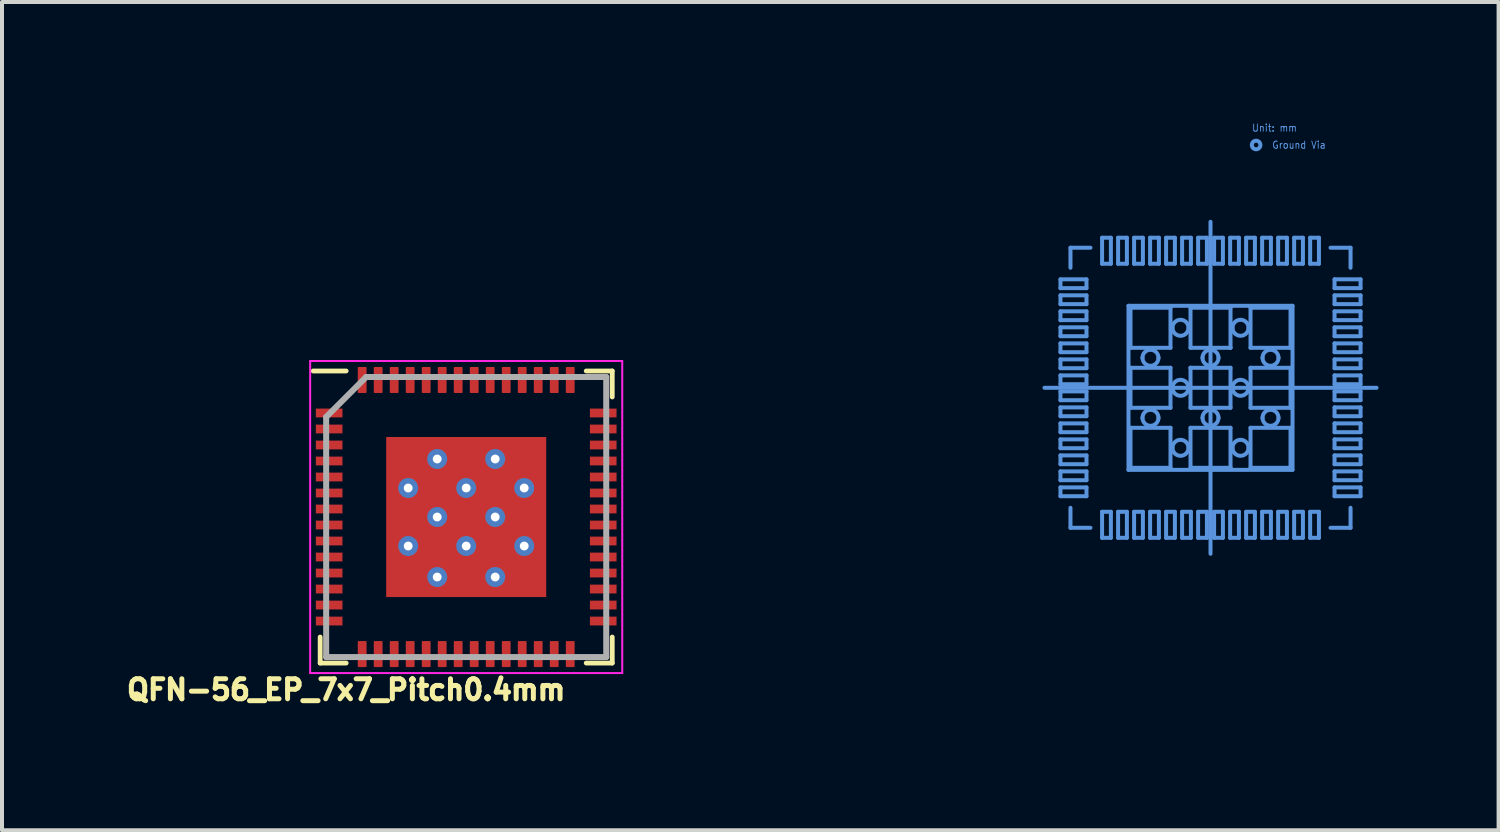
<source format=kicad_pcb>
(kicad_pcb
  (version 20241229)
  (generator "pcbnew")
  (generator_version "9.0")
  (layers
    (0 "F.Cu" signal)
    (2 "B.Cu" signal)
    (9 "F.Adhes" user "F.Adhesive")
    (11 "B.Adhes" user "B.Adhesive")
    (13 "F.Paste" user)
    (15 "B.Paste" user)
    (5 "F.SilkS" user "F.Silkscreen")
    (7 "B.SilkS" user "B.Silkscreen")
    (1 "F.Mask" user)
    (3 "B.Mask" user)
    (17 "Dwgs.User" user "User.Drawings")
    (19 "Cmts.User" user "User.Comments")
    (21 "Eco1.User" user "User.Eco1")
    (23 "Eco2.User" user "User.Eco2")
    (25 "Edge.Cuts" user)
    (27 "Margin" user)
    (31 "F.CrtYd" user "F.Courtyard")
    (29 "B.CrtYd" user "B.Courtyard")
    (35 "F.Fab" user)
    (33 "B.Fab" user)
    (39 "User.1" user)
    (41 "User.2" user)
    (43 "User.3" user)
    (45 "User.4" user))
  (footprint "QFN-56_EP_7x7_Pitch0.4mm"
    (layer "F.Cu")
    (at 8.602 9.872)
    (property "Reference" "QFN-56_EP_7x7_Pitch0.4mm" (at -3 4.318 0) (layer "F.SilkS") (effects (font (size 0.5 0.5) (thickness 0.15))))
    (attr through_hole)
    (fp_line (start -3.65 3.65) (end -3.65 3) (stroke (width 0.12) (type solid)) (layer "F.SilkS"))
    (fp_line (start -3 -3.65) (end -3.825 -3.65) (stroke (width 0.12) (type solid)) (layer "F.SilkS"))
    (fp_line (start -3 3.65) (end -3.65 3.65) (stroke (width 0.12) (type solid)) (layer "F.SilkS"))
    (fp_line (start 3 -3.65) (end 3.65 -3.65) (stroke (width 0.12) (type solid)) (layer "F.SilkS"))
    (fp_line (start 3 3.65) (end 3.65 3.65) (stroke (width 0.12) (type solid)) (layer "F.SilkS"))
    (fp_line (start 3.65 -3.65) (end 3.65 -3) (stroke (width 0.12) (type solid)) (layer "F.SilkS"))
    (fp_line (start 3.65 3.65) (end 3.65 3) (stroke (width 0.12) (type solid)) (layer "F.SilkS"))
    (fp_line (start 14.453 -3.23) (end 22.753 -3.23) (stroke (width 0.1) (type solid)) (layer "Cmts.User"))
    (fp_line (start 14.853 -5.94) (end 14.853 -5.72) (stroke (width 0.1) (type solid)) (layer "Cmts.User"))
    (fp_line (start 14.853 -5.94) (end 15.503 -5.94) (stroke (width 0.1) (type solid)) (layer "Cmts.User"))
    (fp_line (start 14.853 -5.54) (end 14.853 -5.32) (stroke (width 0.1) (type solid)) (layer "Cmts.User"))
    (fp_line (start 14.853 -5.54) (end 15.503 -5.54) (stroke (width 0.1) (type solid)) (layer "Cmts.User"))
    (fp_line (start 14.853 -5.14) (end 14.853 -4.92) (stroke (width 0.1) (type solid)) (layer "Cmts.User"))
    (fp_line (start 14.853 -5.14) (end 15.503 -5.14) (stroke (width 0.1) (type solid)) (layer "Cmts.User"))
    (fp_line (start 14.853 -4.74) (end 14.853 -4.52) (stroke (width 0.1) (type solid)) (layer "Cmts.User"))
    (fp_line (start 14.853 -4.74) (end 15.503 -4.74) (stroke (width 0.1) (type solid)) (layer "Cmts.User"))
    (fp_line (start 14.853 -4.34) (end 14.853 -4.12) (stroke (width 0.1) (type solid)) (layer "Cmts.User"))
    (fp_line (start 14.853 -4.34) (end 15.503 -4.34) (stroke (width 0.1) (type solid)) (layer "Cmts.User"))
    (fp_line (start 14.853 -3.94) (end 14.853 -3.72) (stroke (width 0.1) (type solid)) (layer "Cmts.User"))
    (fp_line (start 14.853 -3.94) (end 15.503 -3.94) (stroke (width 0.1) (type solid)) (layer "Cmts.User"))
    (fp_line (start 14.853 -3.54) (end 14.853 -3.32) (stroke (width 0.1) (type solid)) (layer "Cmts.User"))
    (fp_line (start 14.853 -3.54) (end 15.503 -3.54) (stroke (width 0.1) (type solid)) (layer "Cmts.User"))
    (fp_line (start 14.853 -3.14) (end 14.853 -2.92) (stroke (width 0.1) (type solid)) (layer "Cmts.User"))
    (fp_line (start 14.853 -3.14) (end 15.503 -3.14) (stroke (width 0.1) (type solid)) (layer "Cmts.User"))
    (fp_line (start 14.853 -2.74) (end 14.853 -2.52) (stroke (width 0.1) (type solid)) (layer "Cmts.User"))
    (fp_line (start 14.853 -2.74) (end 15.503 -2.74) (stroke (width 0.1) (type solid)) (layer "Cmts.User"))
    (fp_line (start 14.853 -2.34) (end 14.853 -2.12) (stroke (width 0.1) (type solid)) (layer "Cmts.User"))
    (fp_line (start 14.853 -2.34) (end 15.503 -2.34) (stroke (width 0.1) (type solid)) (layer "Cmts.User"))
    (fp_line (start 14.853 -1.94) (end 14.853 -1.72) (stroke (width 0.1) (type solid)) (layer "Cmts.User"))
    (fp_line (start 14.853 -1.94) (end 15.503 -1.94) (stroke (width 0.1) (type solid)) (layer "Cmts.User"))
    (fp_line (start 14.853 -1.54) (end 14.853 -1.32) (stroke (width 0.1) (type solid)) (layer "Cmts.User"))
    (fp_line (start 14.853 -1.54) (end 15.503 -1.54) (stroke (width 0.1) (type solid)) (layer "Cmts.User"))
    (fp_line (start 14.853 -1.14) (end 14.853 -0.92) (stroke (width 0.1) (type solid)) (layer "Cmts.User"))
    (fp_line (start 14.853 -1.14) (end 15.503 -1.14) (stroke (width 0.1) (type solid)) (layer "Cmts.User"))
    (fp_line (start 14.853 -0.74) (end 14.853 -0.52) (stroke (width 0.1) (type solid)) (layer "Cmts.User"))
    (fp_line (start 14.853 -0.74) (end 15.503 -0.74) (stroke (width 0.1) (type solid)) (layer "Cmts.User"))
    (fp_line (start 15.103 -6.73) (end 15.103 -6.23) (stroke (width 0.1) (type solid)) (layer "Cmts.User"))
    (fp_line (start 15.103 -0.23) (end 15.103 0.27) (stroke (width 0.1) (type solid)) (layer "Cmts.User"))
    (fp_line (start 15.103 0.27) (end 15.603 0.27) (stroke (width 0.1) (type solid)) (layer "Cmts.User"))
    (fp_line (start 15.503 -5.94) (end 15.503 -5.72) (stroke (width 0.1) (type solid)) (layer "Cmts.User"))
    (fp_line (start 15.503 -5.72) (end 14.853 -5.72) (stroke (width 0.1) (type solid)) (layer "Cmts.User"))
    (fp_line (start 15.503 -5.54) (end 15.503 -5.32) (stroke (width 0.1) (type solid)) (layer "Cmts.User"))
    (fp_line (start 15.503 -5.32) (end 14.853 -5.32) (stroke (width 0.1) (type solid)) (layer "Cmts.User"))
    (fp_line (start 15.503 -5.14) (end 15.503 -4.92) (stroke (width 0.1) (type solid)) (layer "Cmts.User"))
    (fp_line (start 15.503 -4.92) (end 14.853 -4.92) (stroke (width 0.1) (type solid)) (layer "Cmts.User"))
    (fp_line (start 15.503 -4.74) (end 15.503 -4.52) (stroke (width 0.1) (type solid)) (layer "Cmts.User"))
    (fp_line (start 15.503 -4.52) (end 14.853 -4.52) (stroke (width 0.1) (type solid)) (layer "Cmts.User"))
    (fp_line (start 15.503 -4.34) (end 15.503 -4.12) (stroke (width 0.1) (type solid)) (layer "Cmts.User"))
    (fp_line (start 15.503 -4.12) (end 14.853 -4.12) (stroke (width 0.1) (type solid)) (layer "Cmts.User"))
    (fp_line (start 15.503 -3.94) (end 15.503 -3.72) (stroke (width 0.1) (type solid)) (layer "Cmts.User"))
    (fp_line (start 15.503 -3.72) (end 14.853 -3.72) (stroke (width 0.1) (type solid)) (layer "Cmts.User"))
    (fp_line (start 15.503 -3.54) (end 15.503 -3.32) (stroke (width 0.1) (type solid)) (layer "Cmts.User"))
    (fp_line (start 15.503 -3.32) (end 14.853 -3.32) (stroke (width 0.1) (type solid)) (layer "Cmts.User"))
    (fp_line (start 15.503 -3.14) (end 15.503 -2.92) (stroke (width 0.1) (type solid)) (layer "Cmts.User"))
    (fp_line (start 15.503 -2.92) (end 14.853 -2.92) (stroke (width 0.1) (type solid)) (layer "Cmts.User"))
    (fp_line (start 15.503 -2.74) (end 15.503 -2.52) (stroke (width 0.1) (type solid)) (layer "Cmts.User"))
    (fp_line (start 15.503 -2.52) (end 14.853 -2.52) (stroke (width 0.1) (type solid)) (layer "Cmts.User"))
    (fp_line (start 15.503 -2.34) (end 15.503 -2.12) (stroke (width 0.1) (type solid)) (layer "Cmts.User"))
    (fp_line (start 15.503 -2.12) (end 14.853 -2.12) (stroke (width 0.1) (type solid)) (layer "Cmts.User"))
    (fp_line (start 15.503 -1.94) (end 15.503 -1.72) (stroke (width 0.1) (type solid)) (layer "Cmts.User"))
    (fp_line (start 15.503 -1.72) (end 14.853 -1.72) (stroke (width 0.1) (type solid)) (layer "Cmts.User"))
    (fp_line (start 15.503 -1.54) (end 15.503 -1.32) (stroke (width 0.1) (type solid)) (layer "Cmts.User"))
    (fp_line (start 15.503 -1.32) (end 14.853 -1.32) (stroke (width 0.1) (type solid)) (layer "Cmts.User"))
    (fp_line (start 15.503 -1.14) (end 15.503 -0.92) (stroke (width 0.1) (type solid)) (layer "Cmts.User"))
    (fp_line (start 15.503 -0.92) (end 14.853 -0.92) (stroke (width 0.1) (type solid)) (layer "Cmts.User"))
    (fp_line (start 15.503 -0.74) (end 15.503 -0.52) (stroke (width 0.1) (type solid)) (layer "Cmts.User"))
    (fp_line (start 15.503 -0.52) (end 14.853 -0.52) (stroke (width 0.1) (type solid)) (layer "Cmts.User"))
    (fp_line (start 15.603 -6.73) (end 15.103 -6.73) (stroke (width 0.1) (type solid)) (layer "Cmts.User"))
    (fp_line (start 15.893 -6.98) (end 15.893 -6.33) (stroke (width 0.1) (type solid)) (layer "Cmts.User"))
    (fp_line (start 15.893 -6.98) (end 16.113 -6.98) (stroke (width 0.1) (type solid)) (layer "Cmts.User"))
    (fp_line (start 15.893 -6.33) (end 16.113 -6.33) (stroke (width 0.1) (type solid)) (layer "Cmts.User"))
    (fp_line (start 15.893 -0.13) (end 16.113 -0.13) (stroke (width 0.1) (type solid)) (layer "Cmts.User"))
    (fp_line (start 15.893 0.52) (end 15.893 -0.13) (stroke (width 0.1) (type solid)) (layer "Cmts.User"))
    (fp_line (start 15.893 0.52) (end 16.113 0.52) (stroke (width 0.1) (type solid)) (layer "Cmts.User"))
    (fp_line (start 16.113 -6.33) (end 16.113 -6.98) (stroke (width 0.1) (type solid)) (layer "Cmts.User"))
    (fp_line (start 16.113 -0.13) (end 16.113 0.52) (stroke (width 0.1) (type solid)) (layer "Cmts.User"))
    (fp_line (start 16.293 -6.98) (end 16.293 -6.33) (stroke (width 0.1) (type solid)) (layer "Cmts.User"))
    (fp_line (start 16.293 -6.98) (end 16.513 -6.98) (stroke (width 0.1) (type solid)) (layer "Cmts.User"))
    (fp_line (start 16.293 -6.33) (end 16.513 -6.33) (stroke (width 0.1) (type solid)) (layer "Cmts.User"))
    (fp_line (start 16.293 -0.13) (end 16.513 -0.13) (stroke (width 0.1) (type solid)) (layer "Cmts.User"))
    (fp_line (start 16.293 0.52) (end 16.293 -0.13) (stroke (width 0.1) (type solid)) (layer "Cmts.User"))
    (fp_line (start 16.293 0.52) (end 16.513 0.52) (stroke (width 0.1) (type solid)) (layer "Cmts.User"))
    (fp_line (start 16.513 -6.33) (end 16.513 -6.98) (stroke (width 0.1) (type solid)) (layer "Cmts.User"))
    (fp_line (start 16.513 -0.13) (end 16.513 0.52) (stroke (width 0.1) (type solid)) (layer "Cmts.User"))
    (fp_line (start 16.553 -5.279) (end 18.603 -5.279) (stroke (width 0.1) (type solid)) (layer "Cmts.User"))
    (fp_line (start 16.553 -1.179) (end 16.553 -5.279) (stroke (width 0.1) (type solid)) (layer "Cmts.User"))
    (fp_line (start 16.603 -5.23) (end 16.603 -5.23) (stroke (width 0.1) (type solid)) (layer "Cmts.User"))
    (fp_line (start 16.603 -5.23) (end 17.603 -5.23) (stroke (width 0.1) (type solid)) (layer "Cmts.User"))
    (fp_line (start 16.603 -4.23) (end 16.603 -5.23) (stroke (width 0.1) (type solid)) (layer "Cmts.User"))
    (fp_line (start 16.603 -3.73) (end 16.603 -3.73) (stroke (width 0.1) (type solid)) (layer "Cmts.User"))
    (fp_line (start 16.603 -3.73) (end 17.603 -3.73) (stroke (width 0.1) (type solid)) (layer "Cmts.User"))
    (fp_line (start 16.603 -2.73) (end 16.603 -3.73) (stroke (width 0.1) (type solid)) (layer "Cmts.User"))
    (fp_line (start 16.603 -2.23) (end 16.603 -2.23) (stroke (width 0.1) (type solid)) (layer "Cmts.User"))
    (fp_line (start 16.603 -2.23) (end 17.603 -2.23) (stroke (width 0.1) (type solid)) (layer "Cmts.User"))
    (fp_line (start 16.603 -1.23) (end 16.603 -2.23) (stroke (width 0.1) (type solid)) (layer "Cmts.User"))
    (fp_line (start 16.693 -6.98) (end 16.693 -6.33) (stroke (width 0.1) (type solid)) (layer "Cmts.User"))
    (fp_line (start 16.693 -6.98) (end 16.913 -6.98) (stroke (width 0.1) (type solid)) (layer "Cmts.User"))
    (fp_line (start 16.693 -6.33) (end 16.913 -6.33) (stroke (width 0.1) (type solid)) (layer "Cmts.User"))
    (fp_line (start 16.693 -0.13) (end 16.913 -0.13) (stroke (width 0.1) (type solid)) (layer "Cmts.User"))
    (fp_line (start 16.693 0.52) (end 16.693 -0.13) (stroke (width 0.1) (type solid)) (layer "Cmts.User"))
    (fp_line (start 16.693 0.52) (end 16.913 0.52) (stroke (width 0.1) (type solid)) (layer "Cmts.User"))
    (fp_line (start 16.913 -6.33) (end 16.913 -6.98) (stroke (width 0.1) (type solid)) (layer "Cmts.User"))
    (fp_line (start 16.913 -0.13) (end 16.913 0.52) (stroke (width 0.1) (type solid)) (layer "Cmts.User"))
    (fp_line (start 17.093 -6.98) (end 17.093 -6.33) (stroke (width 0.1) (type solid)) (layer "Cmts.User"))
    (fp_line (start 17.093 -6.98) (end 17.313 -6.98) (stroke (width 0.1) (type solid)) (layer "Cmts.User"))
    (fp_line (start 17.093 -6.33) (end 17.313 -6.33) (stroke (width 0.1) (type solid)) (layer "Cmts.User"))
    (fp_line (start 17.093 -0.13) (end 17.313 -0.13) (stroke (width 0.1) (type solid)) (layer "Cmts.User"))
    (fp_line (start 17.093 0.52) (end 17.093 -0.13) (stroke (width 0.1) (type solid)) (layer "Cmts.User"))
    (fp_line (start 17.093 0.52) (end 17.313 0.52) (stroke (width 0.1) (type solid)) (layer "Cmts.User"))
    (fp_line (start 17.313 -6.33) (end 17.313 -6.98) (stroke (width 0.1) (type solid)) (layer "Cmts.User"))
    (fp_line (start 17.313 -0.13) (end 17.313 0.52) (stroke (width 0.1) (type solid)) (layer "Cmts.User"))
    (fp_line (start 17.493 -6.98) (end 17.493 -6.33) (stroke (width 0.1) (type solid)) (layer "Cmts.User"))
    (fp_line (start 17.493 -6.98) (end 17.713 -6.98) (stroke (width 0.1) (type solid)) (layer "Cmts.User"))
    (fp_line (start 17.493 -6.33) (end 17.713 -6.33) (stroke (width 0.1) (type solid)) (layer "Cmts.User"))
    (fp_line (start 17.493 -0.13) (end 17.713 -0.13) (stroke (width 0.1) (type solid)) (layer "Cmts.User"))
    (fp_line (start 17.493 0.52) (end 17.493 -0.13) (stroke (width 0.1) (type solid)) (layer "Cmts.User"))
    (fp_line (start 17.493 0.52) (end 17.713 0.52) (stroke (width 0.1) (type solid)) (layer "Cmts.User"))
    (fp_line (start 17.603 -5.23) (end 17.603 -4.23) (stroke (width 0.1) (type solid)) (layer "Cmts.User"))
    (fp_line (start 17.603 -4.23) (end 16.603 -4.23) (stroke (width 0.1) (type solid)) (layer "Cmts.User"))
    (fp_line (start 17.603 -3.73) (end 17.603 -2.73) (stroke (width 0.1) (type solid)) (layer "Cmts.User"))
    (fp_line (start 17.603 -2.73) (end 16.603 -2.73) (stroke (width 0.1) (type solid)) (layer "Cmts.User"))
    (fp_line (start 17.603 -2.23) (end 17.603 -1.23) (stroke (width 0.1) (type solid)) (layer "Cmts.User"))
    (fp_line (start 17.603 -1.23) (end 16.603 -1.23) (stroke (width 0.1) (type solid)) (layer "Cmts.User"))
    (fp_line (start 17.713 -6.33) (end 17.713 -6.98) (stroke (width 0.1) (type solid)) (layer "Cmts.User"))
    (fp_line (start 17.713 -0.13) (end 17.713 0.52) (stroke (width 0.1) (type solid)) (layer "Cmts.User"))
    (fp_line (start 17.893 -6.98) (end 17.893 -6.33) (stroke (width 0.1) (type solid)) (layer "Cmts.User"))
    (fp_line (start 17.893 -6.98) (end 18.113 -6.98) (stroke (width 0.1) (type solid)) (layer "Cmts.User"))
    (fp_line (start 17.893 -6.33) (end 18.113 -6.33) (stroke (width 0.1) (type solid)) (layer "Cmts.User"))
    (fp_line (start 17.893 -0.13) (end 18.113 -0.13) (stroke (width 0.1) (type solid)) (layer "Cmts.User"))
    (fp_line (start 17.893 0.52) (end 17.893 -0.13) (stroke (width 0.1) (type solid)) (layer "Cmts.User"))
    (fp_line (start 17.893 0.52) (end 18.113 0.52) (stroke (width 0.1) (type solid)) (layer "Cmts.User"))
    (fp_line (start 18.103 -5.23) (end 19.103 -5.23) (stroke (width 0.1) (type solid)) (layer "Cmts.User"))
    (fp_line (start 18.103 -4.23) (end 18.103 -5.23) (stroke (width 0.1) (type solid)) (layer "Cmts.User"))
    (fp_line (start 18.103 -3.73) (end 18.103 -3.73) (stroke (width 0.1) (type solid)) (layer "Cmts.User"))
    (fp_line (start 18.103 -3.73) (end 19.103 -3.73) (stroke (width 0.1) (type solid)) (layer "Cmts.User"))
    (fp_line (start 18.103 -2.73) (end 18.103 -3.73) (stroke (width 0.1) (type solid)) (layer "Cmts.User"))
    (fp_line (start 18.103 -2.23) (end 19.103 -2.23) (stroke (width 0.1) (type solid)) (layer "Cmts.User"))
    (fp_line (start 18.103 -1.23) (end 18.103 -2.23) (stroke (width 0.1) (type solid)) (layer "Cmts.User"))
    (fp_line (start 18.113 -6.33) (end 18.113 -6.98) (stroke (width 0.1) (type solid)) (layer "Cmts.User"))
    (fp_line (start 18.113 -0.13) (end 18.113 0.52) (stroke (width 0.1) (type solid)) (layer "Cmts.User"))
    (fp_line (start 18.293 -6.98) (end 18.293 -6.33) (stroke (width 0.1) (type solid)) (layer "Cmts.User"))
    (fp_line (start 18.293 -6.98) (end 18.513 -6.98) (stroke (width 0.1) (type solid)) (layer "Cmts.User"))
    (fp_line (start 18.293 -6.33) (end 18.513 -6.33) (stroke (width 0.1) (type solid)) (layer "Cmts.User"))
    (fp_line (start 18.293 -0.13) (end 18.513 -0.13) (stroke (width 0.1) (type solid)) (layer "Cmts.User"))
    (fp_line (start 18.293 0.52) (end 18.293 -0.13) (stroke (width 0.1) (type solid)) (layer "Cmts.User"))
    (fp_line (start 18.293 0.52) (end 18.513 0.52) (stroke (width 0.1) (type solid)) (layer "Cmts.User"))
    (fp_line (start 18.513 -6.33) (end 18.513 -6.98) (stroke (width 0.1) (type solid)) (layer "Cmts.User"))
    (fp_line (start 18.513 -0.13) (end 18.513 0.52) (stroke (width 0.1) (type solid)) (layer "Cmts.User"))
    (fp_line (start 18.603 -7.378) (end 18.603 0.919) (stroke (width 0.1) (type solid)) (layer "Cmts.User"))
    (fp_line (start 18.603 -5.279) (end 20.653 -5.279) (stroke (width 0.1) (type solid)) (layer "Cmts.User"))
    (fp_line (start 18.693 -6.98) (end 18.693 -6.33) (stroke (width 0.1) (type solid)) (layer "Cmts.User"))
    (fp_line (start 18.693 -6.98) (end 18.913 -6.98) (stroke (width 0.1) (type solid)) (layer "Cmts.User"))
    (fp_line (start 18.693 -6.33) (end 18.913 -6.33) (stroke (width 0.1) (type solid)) (layer "Cmts.User"))
    (fp_line (start 18.693 -0.13) (end 18.913 -0.13) (stroke (width 0.1) (type solid)) (layer "Cmts.User"))
    (fp_line (start 18.693 0.52) (end 18.693 -0.13) (stroke (width 0.1) (type solid)) (layer "Cmts.User"))
    (fp_line (start 18.693 0.52) (end 18.913 0.52) (stroke (width 0.1) (type solid)) (layer "Cmts.User"))
    (fp_line (start 18.913 -6.33) (end 18.913 -6.98) (stroke (width 0.1) (type solid)) (layer "Cmts.User"))
    (fp_line (start 18.913 -0.13) (end 18.913 0.52) (stroke (width 0.1) (type solid)) (layer "Cmts.User"))
    (fp_line (start 19.093 -6.98) (end 19.093 -6.33) (stroke (width 0.1) (type solid)) (layer "Cmts.User"))
    (fp_line (start 19.093 -6.98) (end 19.313 -6.98) (stroke (width 0.1) (type solid)) (layer "Cmts.User"))
    (fp_line (start 19.093 -6.33) (end 19.313 -6.33) (stroke (width 0.1) (type solid)) (layer "Cmts.User"))
    (fp_line (start 19.093 -0.13) (end 19.313 -0.13) (stroke (width 0.1) (type solid)) (layer "Cmts.User"))
    (fp_line (start 19.093 0.52) (end 19.093 -0.13) (stroke (width 0.1) (type solid)) (layer "Cmts.User"))
    (fp_line (start 19.093 0.52) (end 19.313 0.52) (stroke (width 0.1) (type solid)) (layer "Cmts.User"))
    (fp_line (start 19.103 -5.23) (end 19.103 -4.23) (stroke (width 0.1) (type solid)) (layer "Cmts.User"))
    (fp_line (start 19.103 -4.23) (end 18.103 -4.23) (stroke (width 0.1) (type solid)) (layer "Cmts.User"))
    (fp_line (start 19.103 -4.23) (end 19.103 -4.23) (stroke (width 0.1) (type solid)) (layer "Cmts.User"))
    (fp_line (start 19.103 -3.73) (end 19.103 -2.73) (stroke (width 0.1) (type solid)) (layer "Cmts.User"))
    (fp_line (start 19.103 -2.73) (end 18.103 -2.73) (stroke (width 0.1) (type solid)) (layer "Cmts.User"))
    (fp_line (start 19.103 -2.23) (end 19.103 -1.23) (stroke (width 0.1) (type solid)) (layer "Cmts.User"))
    (fp_line (start 19.103 -1.23) (end 18.103 -1.23) (stroke (width 0.1) (type solid)) (layer "Cmts.User"))
    (fp_line (start 19.103 -1.23) (end 19.103 -1.23) (stroke (width 0.1) (type solid)) (layer "Cmts.User"))
    (fp_line (start 19.313 -6.33) (end 19.313 -6.98) (stroke (width 0.1) (type solid)) (layer "Cmts.User"))
    (fp_line (start 19.313 -0.13) (end 19.313 0.52) (stroke (width 0.1) (type solid)) (layer "Cmts.User"))
    (fp_line (start 19.493 -6.98) (end 19.493 -6.33) (stroke (width 0.1) (type solid)) (layer "Cmts.User"))
    (fp_line (start 19.493 -6.98) (end 19.713 -6.98) (stroke (width 0.1) (type solid)) (layer "Cmts.User"))
    (fp_line (start 19.493 -6.33) (end 19.713 -6.33) (stroke (width 0.1) (type solid)) (layer "Cmts.User"))
    (fp_line (start 19.493 -0.13) (end 19.713 -0.13) (stroke (width 0.1) (type solid)) (layer "Cmts.User"))
    (fp_line (start 19.493 0.52) (end 19.493 -0.13) (stroke (width 0.1) (type solid)) (layer "Cmts.User"))
    (fp_line (start 19.493 0.52) (end 19.713 0.52) (stroke (width 0.1) (type solid)) (layer "Cmts.User"))
    (fp_line (start 19.603 -5.23) (end 20.603 -5.23) (stroke (width 0.1) (type solid)) (layer "Cmts.User"))
    (fp_line (start 19.603 -4.23) (end 19.603 -5.23) (stroke (width 0.1) (type solid)) (layer "Cmts.User"))
    (fp_line (start 19.603 -3.73) (end 20.603 -3.73) (stroke (width 0.1) (type solid)) (layer "Cmts.User"))
    (fp_line (start 19.603 -2.73) (end 19.603 -3.73) (stroke (width 0.1) (type solid)) (layer "Cmts.User"))
    (fp_line (start 19.603 -2.23) (end 20.603 -2.23) (stroke (width 0.1) (type solid)) (layer "Cmts.User"))
    (fp_line (start 19.603 -1.23) (end 19.603 -2.23) (stroke (width 0.1) (type solid)) (layer "Cmts.User"))
    (fp_line (start 19.713 -6.33) (end 19.713 -6.98) (stroke (width 0.1) (type solid)) (layer "Cmts.User"))
    (fp_line (start 19.713 -0.13) (end 19.713 0.52) (stroke (width 0.1) (type solid)) (layer "Cmts.User"))
    (fp_line (start 19.893 -6.98) (end 19.893 -6.33) (stroke (width 0.1) (type solid)) (layer "Cmts.User"))
    (fp_line (start 19.893 -6.98) (end 20.113 -6.98) (stroke (width 0.1) (type solid)) (layer "Cmts.User"))
    (fp_line (start 19.893 -6.33) (end 20.113 -6.33) (stroke (width 0.1) (type solid)) (layer "Cmts.User"))
    (fp_line (start 19.893 -0.13) (end 20.113 -0.13) (stroke (width 0.1) (type solid)) (layer "Cmts.User"))
    (fp_line (start 19.893 0.52) (end 19.893 -0.13) (stroke (width 0.1) (type solid)) (layer "Cmts.User"))
    (fp_line (start 19.893 0.52) (end 20.113 0.52) (stroke (width 0.1) (type solid)) (layer "Cmts.User"))
    (fp_line (start 20.113 -6.33) (end 20.113 -6.98) (stroke (width 0.1) (type solid)) (layer "Cmts.User"))
    (fp_line (start 20.113 -0.13) (end 20.113 0.52) (stroke (width 0.1) (type solid)) (layer "Cmts.User"))
    (fp_line (start 20.293 -6.98) (end 20.293 -6.33) (stroke (width 0.1) (type solid)) (layer "Cmts.User"))
    (fp_line (start 20.293 -6.98) (end 20.513 -6.98) (stroke (width 0.1) (type solid)) (layer "Cmts.User"))
    (fp_line (start 20.293 -6.33) (end 20.513 -6.33) (stroke (width 0.1) (type solid)) (layer "Cmts.User"))
    (fp_line (start 20.293 -0.13) (end 20.513 -0.13) (stroke (width 0.1) (type solid)) (layer "Cmts.User"))
    (fp_line (start 20.293 0.52) (end 20.293 -0.13) (stroke (width 0.1) (type solid)) (layer "Cmts.User"))
    (fp_line (start 20.293 0.52) (end 20.513 0.52) (stroke (width 0.1) (type solid)) (layer "Cmts.User"))
    (fp_line (start 20.513 -6.33) (end 20.513 -6.98) (stroke (width 0.1) (type solid)) (layer "Cmts.User"))
    (fp_line (start 20.513 -0.13) (end 20.513 0.52) (stroke (width 0.1) (type solid)) (layer "Cmts.User"))
    (fp_line (start 20.603 -5.23) (end 20.603 -4.23) (stroke (width 0.1) (type solid)) (layer "Cmts.User"))
    (fp_line (start 20.603 -4.23) (end 19.603 -4.23) (stroke (width 0.1) (type solid)) (layer "Cmts.User"))
    (fp_line (start 20.603 -4.23) (end 20.603 -4.23) (stroke (width 0.1) (type solid)) (layer "Cmts.User"))
    (fp_line (start 20.603 -3.73) (end 20.603 -2.73) (stroke (width 0.1) (type solid)) (layer "Cmts.User"))
    (fp_line (start 20.603 -2.73) (end 19.603 -2.73) (stroke (width 0.1) (type solid)) (layer "Cmts.User"))
    (fp_line (start 20.603 -2.73) (end 20.603 -2.73) (stroke (width 0.1) (type solid)) (layer "Cmts.User"))
    (fp_line (start 20.603 -2.23) (end 20.603 -1.23) (stroke (width 0.1) (type solid)) (layer "Cmts.User"))
    (fp_line (start 20.603 -1.23) (end 19.603 -1.23) (stroke (width 0.1) (type solid)) (layer "Cmts.User"))
    (fp_line (start 20.603 -1.23) (end 20.603 -1.23) (stroke (width 0.1) (type solid)) (layer "Cmts.User"))
    (fp_line (start 20.653 -5.279) (end 20.653 -1.179) (stroke (width 0.1) (type solid)) (layer "Cmts.User"))
    (fp_line (start 20.653 -1.179) (end 16.553 -1.179) (stroke (width 0.1) (type solid)) (layer "Cmts.User"))
    (fp_line (start 20.693 -6.98) (end 20.693 -6.33) (stroke (width 0.1) (type solid)) (layer "Cmts.User"))
    (fp_line (start 20.693 -6.98) (end 20.913 -6.98) (stroke (width 0.1) (type solid)) (layer "Cmts.User"))
    (fp_line (start 20.693 -6.33) (end 20.913 -6.33) (stroke (width 0.1) (type solid)) (layer "Cmts.User"))
    (fp_line (start 20.693 -0.13) (end 20.913 -0.13) (stroke (width 0.1) (type solid)) (layer "Cmts.User"))
    (fp_line (start 20.693 0.52) (end 20.693 -0.13) (stroke (width 0.1) (type solid)) (layer "Cmts.User"))
    (fp_line (start 20.693 0.52) (end 20.913 0.52) (stroke (width 0.1) (type solid)) (layer "Cmts.User"))
    (fp_line (start 20.913 -6.33) (end 20.913 -6.98) (stroke (width 0.1) (type solid)) (layer "Cmts.User"))
    (fp_line (start 20.913 -0.13) (end 20.913 0.52) (stroke (width 0.1) (type solid)) (layer "Cmts.User"))
    (fp_line (start 21.093 -6.98) (end 21.093 -6.33) (stroke (width 0.1) (type solid)) (layer "Cmts.User"))
    (fp_line (start 21.093 -6.98) (end 21.313 -6.98) (stroke (width 0.1) (type solid)) (layer "Cmts.User"))
    (fp_line (start 21.093 -6.33) (end 21.313 -6.33) (stroke (width 0.1) (type solid)) (layer "Cmts.User"))
    (fp_line (start 21.093 -0.13) (end 21.313 -0.13) (stroke (width 0.1) (type solid)) (layer "Cmts.User"))
    (fp_line (start 21.093 0.52) (end 21.093 -0.13) (stroke (width 0.1) (type solid)) (layer "Cmts.User"))
    (fp_line (start 21.093 0.52) (end 21.313 0.52) (stroke (width 0.1) (type solid)) (layer "Cmts.User"))
    (fp_line (start 21.313 -6.33) (end 21.313 -6.98) (stroke (width 0.1) (type solid)) (layer "Cmts.User"))
    (fp_line (start 21.313 -0.13) (end 21.313 0.52) (stroke (width 0.1) (type solid)) (layer "Cmts.User"))
    (fp_line (start 21.603 -6.73) (end 22.103 -6.73) (stroke (width 0.1) (type solid)) (layer "Cmts.User"))
    (fp_line (start 21.703 -5.94) (end 21.703 -5.72) (stroke (width 0.1) (type solid)) (layer "Cmts.User"))
    (fp_line (start 21.703 -5.72) (end 22.353 -5.72) (stroke (width 0.1) (type solid)) (layer "Cmts.User"))
    (fp_line (start 21.703 -5.54) (end 21.703 -5.32) (stroke (width 0.1) (type solid)) (layer "Cmts.User"))
    (fp_line (start 21.703 -5.32) (end 22.353 -5.32) (stroke (width 0.1) (type solid)) (layer "Cmts.User"))
    (fp_line (start 21.703 -5.14) (end 21.703 -4.92) (stroke (width 0.1) (type solid)) (layer "Cmts.User"))
    (fp_line (start 21.703 -4.92) (end 22.353 -4.92) (stroke (width 0.1) (type solid)) (layer "Cmts.User"))
    (fp_line (start 21.703 -4.74) (end 21.703 -4.52) (stroke (width 0.1) (type solid)) (layer "Cmts.User"))
    (fp_line (start 21.703 -4.52) (end 22.353 -4.52) (stroke (width 0.1) (type solid)) (layer "Cmts.User"))
    (fp_line (start 21.703 -4.34) (end 21.703 -4.12) (stroke (width 0.1) (type solid)) (layer "Cmts.User"))
    (fp_line (start 21.703 -4.12) (end 22.353 -4.12) (stroke (width 0.1) (type solid)) (layer "Cmts.User"))
    (fp_line (start 21.703 -3.94) (end 21.703 -3.72) (stroke (width 0.1) (type solid)) (layer "Cmts.User"))
    (fp_line (start 21.703 -3.72) (end 22.353 -3.72) (stroke (width 0.1) (type solid)) (layer "Cmts.User"))
    (fp_line (start 21.703 -3.54) (end 21.703 -3.32) (stroke (width 0.1) (type solid)) (layer "Cmts.User"))
    (fp_line (start 21.703 -3.32) (end 22.353 -3.32) (stroke (width 0.1) (type solid)) (layer "Cmts.User"))
    (fp_line (start 21.703 -3.14) (end 21.703 -2.92) (stroke (width 0.1) (type solid)) (layer "Cmts.User"))
    (fp_line (start 21.703 -2.92) (end 22.353 -2.92) (stroke (width 0.1) (type solid)) (layer "Cmts.User"))
    (fp_line (start 21.703 -2.74) (end 21.703 -2.52) (stroke (width 0.1) (type solid)) (layer "Cmts.User"))
    (fp_line (start 21.703 -2.52) (end 22.353 -2.52) (stroke (width 0.1) (type solid)) (layer "Cmts.User"))
    (fp_line (start 21.703 -2.34) (end 21.703 -2.12) (stroke (width 0.1) (type solid)) (layer "Cmts.User"))
    (fp_line (start 21.703 -2.12) (end 22.353 -2.12) (stroke (width 0.1) (type solid)) (layer "Cmts.User"))
    (fp_line (start 21.703 -1.94) (end 21.703 -1.72) (stroke (width 0.1) (type solid)) (layer "Cmts.User"))
    (fp_line (start 21.703 -1.72) (end 22.353 -1.72) (stroke (width 0.1) (type solid)) (layer "Cmts.User"))
    (fp_line (start 21.703 -1.54) (end 21.703 -1.32) (stroke (width 0.1) (type solid)) (layer "Cmts.User"))
    (fp_line (start 21.703 -1.32) (end 22.353 -1.32) (stroke (width 0.1) (type solid)) (layer "Cmts.User"))
    (fp_line (start 21.703 -1.14) (end 21.703 -0.92) (stroke (width 0.1) (type solid)) (layer "Cmts.User"))
    (fp_line (start 21.703 -0.92) (end 22.353 -0.92) (stroke (width 0.1) (type solid)) (layer "Cmts.User"))
    (fp_line (start 21.703 -0.74) (end 21.703 -0.52) (stroke (width 0.1) (type solid)) (layer "Cmts.User"))
    (fp_line (start 21.703 -0.52) (end 22.353 -0.52) (stroke (width 0.1) (type solid)) (layer "Cmts.User"))
    (fp_line (start 22.103 -6.73) (end 22.103 -6.23) (stroke (width 0.1) (type solid)) (layer "Cmts.User"))
    (fp_line (start 22.103 -0.23) (end 22.103 0.27) (stroke (width 0.1) (type solid)) (layer "Cmts.User"))
    (fp_line (start 22.103 0.27) (end 21.603 0.27) (stroke (width 0.1) (type solid)) (layer "Cmts.User"))
    (fp_line (start 22.353 -5.94) (end 21.703 -5.94) (stroke (width 0.1) (type solid)) (layer "Cmts.User"))
    (fp_line (start 22.353 -5.94) (end 22.353 -5.72) (stroke (width 0.1) (type solid)) (layer "Cmts.User"))
    (fp_line (start 22.353 -5.54) (end 21.703 -5.54) (stroke (width 0.1) (type solid)) (layer "Cmts.User"))
    (fp_line (start 22.353 -5.54) (end 22.353 -5.32) (stroke (width 0.1) (type solid)) (layer "Cmts.User"))
    (fp_line (start 22.353 -5.14) (end 21.703 -5.14) (stroke (width 0.1) (type solid)) (layer "Cmts.User"))
    (fp_line (start 22.353 -5.14) (end 22.353 -4.92) (stroke (width 0.1) (type solid)) (layer "Cmts.User"))
    (fp_line (start 22.353 -4.74) (end 21.703 -4.74) (stroke (width 0.1) (type solid)) (layer "Cmts.User"))
    (fp_line (start 22.353 -4.74) (end 22.353 -4.52) (stroke (width 0.1) (type solid)) (layer "Cmts.User"))
    (fp_line (start 22.353 -4.34) (end 21.703 -4.34) (stroke (width 0.1) (type solid)) (layer "Cmts.User"))
    (fp_line (start 22.353 -4.34) (end 22.353 -4.12) (stroke (width 0.1) (type solid)) (layer "Cmts.User"))
    (fp_line (start 22.353 -3.94) (end 21.703 -3.94) (stroke (width 0.1) (type solid)) (layer "Cmts.User"))
    (fp_line (start 22.353 -3.94) (end 22.353 -3.72) (stroke (width 0.1) (type solid)) (layer "Cmts.User"))
    (fp_line (start 22.353 -3.54) (end 21.703 -3.54) (stroke (width 0.1) (type solid)) (layer "Cmts.User"))
    (fp_line (start 22.353 -3.54) (end 22.353 -3.32) (stroke (width 0.1) (type solid)) (layer "Cmts.User"))
    (fp_line (start 22.353 -3.14) (end 21.703 -3.14) (stroke (width 0.1) (type solid)) (layer "Cmts.User"))
    (fp_line (start 22.353 -3.14) (end 22.353 -2.92) (stroke (width 0.1) (type solid)) (layer "Cmts.User"))
    (fp_line (start 22.353 -2.74) (end 21.703 -2.74) (stroke (width 0.1) (type solid)) (layer "Cmts.User"))
    (fp_line (start 22.353 -2.74) (end 22.353 -2.52) (stroke (width 0.1) (type solid)) (layer "Cmts.User"))
    (fp_line (start 22.353 -2.34) (end 21.703 -2.34) (stroke (width 0.1) (type solid)) (layer "Cmts.User"))
    (fp_line (start 22.353 -2.34) (end 22.353 -2.12) (stroke (width 0.1) (type solid)) (layer "Cmts.User"))
    (fp_line (start 22.353 -1.94) (end 21.703 -1.94) (stroke (width 0.1) (type solid)) (layer "Cmts.User"))
    (fp_line (start 22.353 -1.94) (end 22.353 -1.72) (stroke (width 0.1) (type solid)) (layer "Cmts.User"))
    (fp_line (start 22.353 -1.54) (end 21.703 -1.54) (stroke (width 0.1) (type solid)) (layer "Cmts.User"))
    (fp_line (start 22.353 -1.54) (end 22.353 -1.32) (stroke (width 0.1) (type solid)) (layer "Cmts.User"))
    (fp_line (start 22.353 -1.14) (end 21.703 -1.14) (stroke (width 0.1) (type solid)) (layer "Cmts.User"))
    (fp_line (start 22.353 -1.14) (end 22.353 -0.92) (stroke (width 0.1) (type solid)) (layer "Cmts.User"))
    (fp_line (start 22.353 -0.74) (end 21.703 -0.74) (stroke (width 0.1) (type solid)) (layer "Cmts.User"))
    (fp_line (start 22.353 -0.74) (end 22.353 -0.52) (stroke (width 0.1) (type solid)) (layer "Cmts.User"))
    (fp_arc (start 16.902784 -3.979596) (mid 17.102784 -4.179596) (end 17.302784 -3.979596) (stroke (width 0.1) (type solid)) (layer "Cmts.User"))
    (fp_arc (start 16.902784 -2.479596) (mid 17.102784 -2.679596) (end 17.302784 -2.479596) (stroke (width 0.1) (type solid)) (layer "Cmts.User"))
    (fp_arc (start 17.302784 -3.979596) (mid 17.102784 -3.779596) (end 16.902784 -3.979596) (stroke (width 0.1) (type solid)) (layer "Cmts.User"))
    (fp_arc (start 17.302784 -2.479596) (mid 17.102784 -2.279596) (end 16.902784 -2.479596) (stroke (width 0.1) (type solid)) (layer "Cmts.User"))
    (fp_arc (start 17.652784 -4.729596) (mid 17.852784 -4.929596) (end 18.052784 -4.729596) (stroke (width 0.1) (type solid)) (layer "Cmts.User"))
    (fp_arc (start 17.652784 -3.229596) (mid 17.852784 -3.429596) (end 18.052784 -3.229596) (stroke (width 0.1) (type solid)) (layer "Cmts.User"))
    (fp_arc (start 17.652784 -1.729596) (mid 17.852784 -1.929596) (end 18.052784 -1.729596) (stroke (width 0.1) (type solid)) (layer "Cmts.User"))
    (fp_arc (start 18.052784 -4.729596) (mid 17.852784 -4.529596) (end 17.652784 -4.729596) (stroke (width 0.1) (type solid)) (layer "Cmts.User"))
    (fp_arc (start 18.052784 -3.229596) (mid 17.852784 -3.029596) (end 17.652784 -3.229596) (stroke (width 0.1) (type solid)) (layer "Cmts.User"))
    (fp_arc (start 18.052784 -1.729596) (mid 17.852784 -1.529596) (end 17.652784 -1.729596) (stroke (width 0.1) (type solid)) (layer "Cmts.User"))
    (fp_arc (start 18.402784 -3.979596) (mid 18.602784 -4.179596) (end 18.802784 -3.979596) (stroke (width 0.1) (type solid)) (layer "Cmts.User"))
    (fp_arc (start 18.402784 -2.479596) (mid 18.602784 -2.679596) (end 18.802784 -2.479596) (stroke (width 0.1) (type solid)) (layer "Cmts.User"))
    (fp_arc (start 18.802784 -3.979596) (mid 18.602784 -3.779596) (end 18.402784 -3.979596) (stroke (width 0.1) (type solid)) (layer "Cmts.User"))
    (fp_arc (start 18.802784 -2.479596) (mid 18.602784 -2.279596) (end 18.402784 -2.479596) (stroke (width 0.1) (type solid)) (layer "Cmts.User"))
    (fp_arc (start 19.152784 -4.729596) (mid 19.352784 -4.929596) (end 19.552784 -4.729596) (stroke (width 0.1) (type solid)) (layer "Cmts.User"))
    (fp_arc (start 19.152784 -3.229596) (mid 19.352784 -3.429596) (end 19.552784 -3.229596) (stroke (width 0.1) (type solid)) (layer "Cmts.User"))
    (fp_arc (start 19.152784 -1.729596) (mid 19.352784 -1.929596) (end 19.552784 -1.729596) (stroke (width 0.1) (type solid)) (layer "Cmts.User"))
    (fp_arc (start 19.552784 -4.729596) (mid 19.352784 -4.529596) (end 19.152784 -4.729596) (stroke (width 0.1) (type solid)) (layer "Cmts.User"))
    (fp_arc (start 19.552784 -3.229596) (mid 19.352784 -3.029596) (end 19.152784 -3.229596) (stroke (width 0.1) (type solid)) (layer "Cmts.User"))
    (fp_arc (start 19.552784 -1.729596) (mid 19.352784 -1.529596) (end 19.152784 -1.729596) (stroke (width 0.1) (type solid)) (layer "Cmts.User"))
    (fp_arc (start 19.902784 -3.979596) (mid 20.102784 -4.179596) (end 20.302784 -3.979596) (stroke (width 0.1) (type solid)) (layer "Cmts.User"))
    (fp_arc (start 19.902784 -2.479596) (mid 20.102784 -2.679596) (end 20.302784 -2.479596) (stroke (width 0.1) (type solid)) (layer "Cmts.User"))
    (fp_arc (start 20.302784 -3.979596) (mid 20.102784 -3.779596) (end 19.902784 -3.979596) (stroke (width 0.1) (type solid)) (layer "Cmts.User"))
    (fp_arc (start 20.302784 -2.479596) (mid 20.102784 -2.279596) (end 19.902784 -2.479596) (stroke (width 0.1) (type solid)) (layer "Cmts.User"))
    (fp_circle (center 19.743 -9.298) (end 19.85 -9.298) (stroke (width 0.1) (type solid)) (fill no) (layer "Cmts.User"))
    (fp_line (start -3.9 -3.9) (end 3.9 -3.9) (stroke (width 0.05) (type solid)) (layer "F.CrtYd"))
    (fp_line (start -3.9 3.9) (end -3.9 -3.9) (stroke (width 0.05) (type solid)) (layer "F.CrtYd"))
    (fp_line (start 3.9 -3.9) (end 3.9 3.9) (stroke (width 0.05) (type solid)) (layer "F.CrtYd"))
    (fp_line (start 3.9 3.9) (end -3.9 3.9) (stroke (width 0.05) (type solid)) (layer "F.CrtYd"))
    (fp_line (start -3.5 -2.5) (end -3.5 3.5) (stroke (width 0.15) (type solid)) (layer "F.Fab"))
    (fp_line (start -3.5 3.5) (end 3.5 3.5) (stroke (width 0.15) (type solid)) (layer "F.Fab"))
    (fp_line (start -2.5 -3.5) (end -3.5 -2.5) (stroke (width 0.15) (type solid)) (layer "F.Fab"))
    (fp_line (start 3.5 -3.5) (end -2.5 -3.5) (stroke (width 0.15) (type solid)) (layer "F.Fab"))
    (fp_line (start 3.5 3.5) (end 3.5 -3.5) (stroke (width 0.15) (type solid)) (layer "F.Fab"))
    (fp_text user "Ground Via" (at 20.132 -9.298 0) (layer "Cmts.User") (effects (font (size 0.18 0.162) (thickness 0.022)) (justify left)))
    (fp_text user "Unit: mm" (at 19.628 -9.83 0) (layer "Cmts.User") (effects (font (size 0.18 0.162) (thickness 0.022)) (justify left top)))
    (pad "1" smd rect (at -3.425 -2.6 90) (size 0.22 0.665) (layers "F.Cu" "F.Mask" "F.Paste"))
    (pad "2" smd rect (at -3.425 -2.2 90) (size 0.22 0.665) (layers "F.Cu" "F.Mask" "F.Paste"))
    (pad "3" smd rect (at -3.425 -1.8 90) (size 0.22 0.665) (layers "F.Cu" "F.Mask" "F.Paste"))
    (pad "4" smd rect (at -3.425 -1.4 90) (size 0.22 0.665) (layers "F.Cu" "F.Mask" "F.Paste"))
    (pad "5" smd rect (at -3.425 -1 90) (size 0.22 0.665) (layers "F.Cu" "F.Mask" "F.Paste"))
    (pad "6" smd rect (at -3.425 -0.6 90) (size 0.22 0.665) (layers "F.Cu" "F.Mask" "F.Paste"))
    (pad "7" smd rect (at -3.425 -0.2 90) (size 0.22 0.665) (layers "F.Cu" "F.Mask" "F.Paste"))
    (pad "8" smd rect (at -3.425 0.2 90) (size 0.22 0.665) (layers "F.Cu" "F.Mask" "F.Paste"))
    (pad "9" smd rect (at -3.425 0.6 90) (size 0.22 0.665) (layers "F.Cu" "F.Mask" "F.Paste"))
    (pad "10" smd rect (at -3.425 1 90) (size 0.22 0.665) (layers "F.Cu" "F.Mask" "F.Paste"))
    (pad "11" smd rect (at -3.425 1.4 90) (size 0.22 0.665) (layers "F.Cu" "F.Mask" "F.Paste"))
    (pad "12" smd rect (at -3.425 1.8 90) (size 0.22 0.665) (layers "F.Cu" "F.Mask" "F.Paste"))
    (pad "13" smd rect (at -3.425 2.2 90) (size 0.22 0.665) (layers "F.Cu" "F.Mask" "F.Paste"))
    (pad "14" smd rect (at -3.425 2.6 90) (size 0.22 0.665) (layers "F.Cu" "F.Mask" "F.Paste"))
    (pad "15" smd roundrect (at -2.6 3.425) (size 0.22 0.65) (layers "F.Cu" "F.Mask" "F.Paste") (roundrect_rratio 0.1))
    (pad "16" smd roundrect (at -2.2 3.425) (size 0.22 0.65) (layers "F.Cu" "F.Mask" "F.Paste") (roundrect_rratio 0.1))
    (pad "17" smd roundrect (at -1.8 3.425) (size 0.22 0.65) (layers "F.Cu" "F.Mask" "F.Paste") (roundrect_rratio 0.1))
    (pad "18" smd roundrect (at -1.4 3.425) (size 0.22 0.65) (layers "F.Cu" "F.Mask" "F.Paste") (roundrect_rratio 0.1))
    (pad "19" smd roundrect (at -1 3.425) (size 0.22 0.65) (layers "F.Cu" "F.Mask" "F.Paste") (roundrect_rratio 0.1))
    (pad "20" smd roundrect (at -0.6 3.425) (size 0.22 0.65) (layers "F.Cu" "F.Mask" "F.Paste") (roundrect_rratio 0.1))
    (pad "21" smd roundrect (at -0.2 3.425) (size 0.22 0.65) (layers "F.Cu" "F.Mask" "F.Paste") (roundrect_rratio 0.1))
    (pad "22" smd roundrect (at 0.2 3.425) (size 0.22 0.65) (layers "F.Cu" "F.Mask" "F.Paste") (roundrect_rratio 0.1))
    (pad "23" smd roundrect (at 0.6 3.425) (size 0.22 0.65) (layers "F.Cu" "F.Mask" "F.Paste") (roundrect_rratio 0.1))
    (pad "24" smd roundrect (at 1 3.425) (size 0.22 0.65) (layers "F.Cu" "F.Mask" "F.Paste") (roundrect_rratio 0.1))
    (pad "25" smd roundrect (at 1.4 3.425) (size 0.22 0.65) (layers "F.Cu" "F.Mask" "F.Paste") (roundrect_rratio 0.1))
    (pad "26" smd roundrect (at 1.8 3.425) (size 0.22 0.65) (layers "F.Cu" "F.Mask" "F.Paste") (roundrect_rratio 0.1))
    (pad "27" smd roundrect (at 2.2 3.425) (size 0.22 0.65) (layers "F.Cu" "F.Mask" "F.Paste") (roundrect_rratio 0.1))
    (pad "28" smd roundrect (at 2.6 3.425) (size 0.22 0.65) (layers "F.Cu" "F.Mask" "F.Paste") (roundrect_rratio 0.1))
    (pad "29" smd rect (at 3.425 2.6 90) (size 0.22 0.665) (layers "F.Cu" "F.Mask" "F.Paste"))
    (pad "30" smd rect (at 3.425 2.2 90) (size 0.22 0.665) (layers "F.Cu" "F.Mask" "F.Paste"))
    (pad "31" smd rect (at 3.425 1.8 90) (size 0.22 0.665) (layers "F.Cu" "F.Mask" "F.Paste"))
    (pad "32" smd rect (at 3.425 1.4 90) (size 0.22 0.665) (layers "F.Cu" "F.Mask" "F.Paste"))
    (pad "33" smd rect (at 3.425 1 90) (size 0.22 0.665) (layers "F.Cu" "F.Mask" "F.Paste"))
    (pad "34" smd rect (at 3.425 0.6 90) (size 0.22 0.665) (layers "F.Cu" "F.Mask" "F.Paste"))
    (pad "35" smd rect (at 3.425 0.2 90) (size 0.22 0.665) (layers "F.Cu" "F.Mask" "F.Paste"))
    (pad "36" smd rect (at 3.425 -0.2 90) (size 0.22 0.665) (layers "F.Cu" "F.Mask" "F.Paste"))
    (pad "37" smd rect (at 3.425 -0.6 90) (size 0.22 0.665) (layers "F.Cu" "F.Mask" "F.Paste"))
    (pad "38" smd rect (at 3.425 -1 90) (size 0.22 0.665) (layers "F.Cu" "F.Mask" "F.Paste"))
    (pad "39" smd rect (at 3.425 -1.4 90) (size 0.22 0.665) (layers "F.Cu" "F.Mask" "F.Paste"))
    (pad "40" smd rect (at 3.425 -1.8 90) (size 0.22 0.665) (layers "F.Cu" "F.Mask" "F.Paste"))
    (pad "41" smd rect (at 3.425 -2.2 90) (size 0.22 0.665) (layers "F.Cu" "F.Mask" "F.Paste"))
    (pad "42" smd rect (at 3.425 -2.6 90) (size 0.22 0.665) (layers "F.Cu" "F.Mask" "F.Paste"))
    (pad "43" smd roundrect (at 2.6 -3.425) (size 0.22 0.65) (layers "F.Cu" "F.Mask" "F.Paste") (roundrect_rratio 0.1))
    (pad "44" smd roundrect (at 2.2 -3.425) (size 0.22 0.65) (layers "F.Cu" "F.Mask" "F.Paste") (roundrect_rratio 0.1))
    (pad "45" smd roundrect (at 1.8 -3.425) (size 0.22 0.65) (layers "F.Cu" "F.Mask" "F.Paste") (roundrect_rratio 0.1))
    (pad "46" smd roundrect (at 1.4 -3.425) (size 0.22 0.65) (layers "F.Cu" "F.Mask" "F.Paste") (roundrect_rratio 0.1))
    (pad "47" smd roundrect (at 1 -3.425) (size 0.22 0.65) (layers "F.Cu" "F.Mask" "F.Paste") (roundrect_rratio 0.1))
    (pad "48" smd roundrect (at 0.6 -3.425) (size 0.22 0.65) (layers "F.Cu" "F.Mask" "F.Paste") (roundrect_rratio 0.1))
    (pad "49" smd roundrect (at 0.2 -3.425) (size 0.22 0.65) (layers "F.Cu" "F.Mask" "F.Paste") (roundrect_rratio 0.1))
    (pad "50" smd roundrect (at -0.2 -3.425) (size 0.22 0.65) (layers "F.Cu" "F.Mask" "F.Paste") (roundrect_rratio 0.1))
    (pad "51" smd roundrect (at -0.6 -3.425) (size 0.22 0.65) (layers "F.Cu" "F.Mask" "F.Paste") (roundrect_rratio 0.1))
    (pad "52" smd roundrect (at -1 -3.425) (size 0.22 0.65) (layers "F.Cu" "F.Mask" "F.Paste") (roundrect_rratio 0.1))
    (pad "53" smd roundrect (at -1.4 -3.425) (size 0.22 0.65) (layers "F.Cu" "F.Mask" "F.Paste") (roundrect_rratio 0.1))
    (pad "54" smd roundrect (at -1.8 -3.425) (size 0.22 0.65) (layers "F.Cu" "F.Mask" "F.Paste") (roundrect_rratio 0.1))
    (pad "55" smd roundrect (at -2.2 -3.425) (size 0.22 0.65) (layers "F.Cu" "F.Mask" "F.Paste") (roundrect_rratio 0.1))
    (pad "56" smd roundrect (at -2.6 -3.425) (size 0.22 0.65) (layers "F.Cu" "F.Mask" "F.Paste") (roundrect_rratio 0.1))
    (pad "57" smd rect (at -1.45 -1.45) (size 1 1) (layers "F.Cu" "F.Mask" "F.Paste"))
    (pad "57" thru_hole circle (at -1.45 -0.725) (size 0.5 0.5) (drill 0.22) (layers "*.Cu" "*.Mask"))
    (pad "57" smd rect (at -1.45 0) (size 1 1) (layers "F.Cu" "F.Mask" "F.Paste"))
    (pad "57" thru_hole circle (at -1.45 0.725) (size 0.5 0.5) (drill 0.22) (layers "*.Cu" "*.Mask"))
    (pad "57" smd rect (at -1.45 1.45) (size 1 1) (layers "F.Cu" "F.Mask" "F.Paste"))
    (pad "57" thru_hole circle (at -0.725 -1.45) (size 0.5 0.5) (drill 0.22) (layers "*.Cu" "*.Mask"))
    (pad "57" thru_hole circle (at -0.725 0) (size 0.5 0.5) (drill 0.22) (layers "*.Cu" "*.Mask"))
    (pad "57" thru_hole circle (at -0.725 1.5) (size 0.5 0.5) (drill 0.22) (layers "*.Cu" "*.Mask"))
    (pad "57" smd rect (at 0 -1.45) (size 1 1) (layers "F.Cu" "F.Mask" "F.Paste"))
    (pad "57" thru_hole circle (at 0 -0.725) (size 0.5 0.5) (drill 0.22) (layers "*.Cu" "*.Mask"))
    (pad "57" smd rect (at 0 0) (size 1 1) (layers "F.Cu" "F.Mask" "F.Paste"))
    (pad "57" smd rect (at 0 0) (size 4 4) (layers "F.Cu" "F.Mask"))
    (pad "57" thru_hole circle (at 0 0.725) (size 0.5 0.5) (drill 0.22) (layers "*.Cu" "*.Mask"))
    (pad "57" smd rect (at 0 1.45) (size 1 1) (layers "F.Cu" "F.Mask" "F.Paste"))
    (pad "57" thru_hole circle (at 0.725 -1.45) (size 0.5 0.5) (drill 0.22) (layers "*.Cu" "*.Mask"))
    (pad "57" thru_hole circle (at 0.725 0) (size 0.5 0.5) (drill 0.22) (layers "*.Cu" "*.Mask"))
    (pad "57" thru_hole circle (at 0.725 1.5) (size 0.5 0.5) (drill 0.22) (layers "*.Cu" "*.Mask"))
    (pad "57" smd rect (at 1.45 -1.45) (size 1 1) (layers "F.Cu" "F.Mask" "F.Paste"))
    (pad "57" thru_hole circle (at 1.45 -0.725) (size 0.5 0.5) (drill 0.22) (layers "*.Cu" "*.Mask"))
    (pad "57" smd rect (at 1.45 0) (size 1 1) (layers "F.Cu" "F.Mask" "F.Paste"))
    (pad "57" thru_hole circle (at 1.45 0.725) (size 0.5 0.5) (drill 0.22) (layers "*.Cu" "*.Mask"))
    (pad "57" smd rect (at 1.45 1.45) (size 1 1) (layers "F.Cu" "F.Mask" "F.Paste")))
  (gr_rect
    (start -3 -3)
    (end 34.405 17.702)
    (stroke (width 0.1) (type default))
    (fill no)
    (layer "Edge.Cuts")))
</source>
